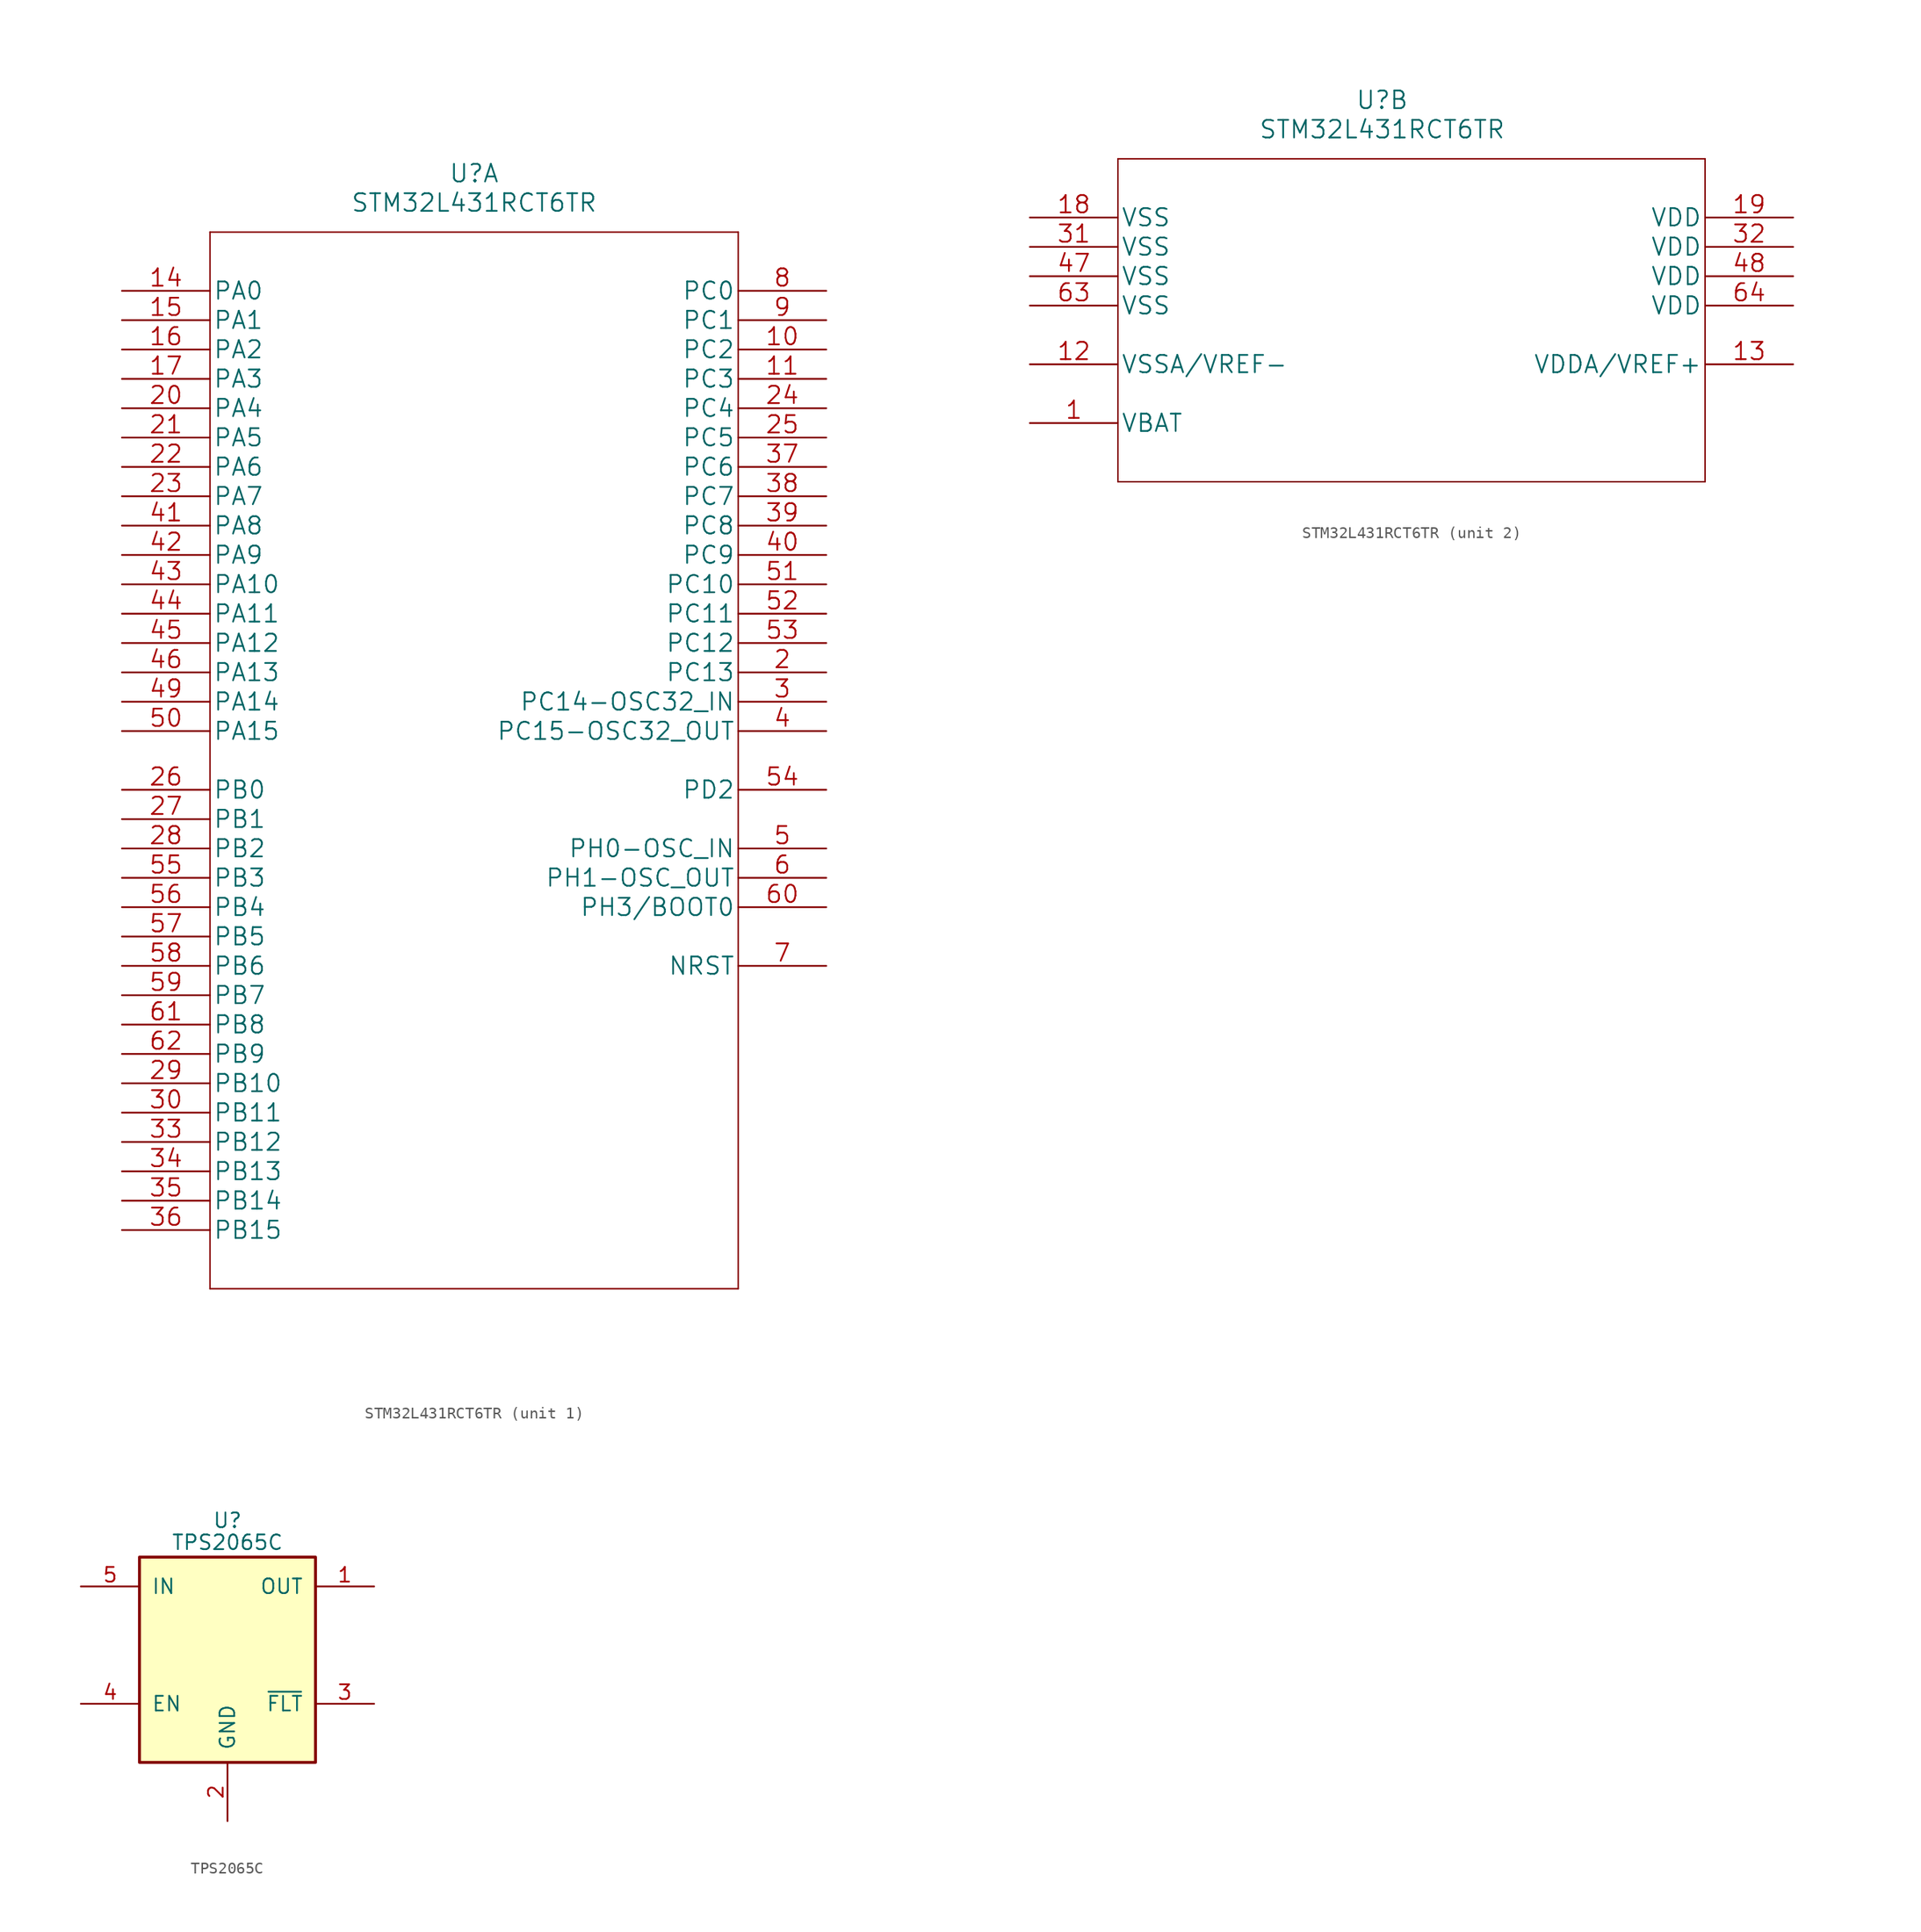
<source format=kicad_sym>
(kicad_symbol_lib
  (version 20220914)
  (generator kicad_symbol_editor)
  (symbol "STM32L431RCT6TR"
    (pin_names
      (offset 0.254))
    (property "Reference" "U"
      (at 30.48 10.16 0)
      (effects (font (size 1.524 1.524))))
    (property "Value" "STM32L431RCT6TR"
      (at 30.48 7.62 0)
      (effects (font (size 1.524 1.524))))
    (property "Datasheet" ""
      (at 0 0 0)
      (effects (font (size 1.524 1.524))))
    (symbol "STM32L431RCT6TR_1_1"
      (polyline (pts (xy 7.62 -86.36) (xy 53.34 -86.36)) (stroke (width 0.127) (type default)) (fill (type none)))
      (polyline (pts (xy 7.62 5.08) (xy 7.62 -86.36)) (stroke (width 0.127) (type default)) (fill (type none)))
      (polyline (pts (xy 53.34 -86.36) (xy 53.34 5.08)) (stroke (width 0.127) (type default)) (fill (type none)))
      (polyline (pts (xy 53.34 5.08) (xy 7.62 5.08)) (stroke (width 0.127) (type default)) (fill (type none)))
      (pin bidirectional line (at 60.96 -5.08 180) (length 7.62) (name "PC2" (effects (font (size 1.499 1.499)))) (number "10" (effects (font (size 1.499 1.499)))))
      (pin bidirectional line (at 60.96 -7.62 180) (length 7.62) (name "PC3" (effects (font (size 1.499 1.499)))) (number "11" (effects (font (size 1.499 1.499)))))
      (pin bidirectional line (at 0 0 0) (length 7.62) (name "PA0" (effects (font (size 1.499 1.499)))) (number "14" (effects (font (size 1.499 1.499)))))
      (pin bidirectional line (at 0 -2.54 0) (length 7.62) (name "PA1" (effects (font (size 1.499 1.499)))) (number "15" (effects (font (size 1.499 1.499)))))
      (pin bidirectional line (at 0 -5.08 0) (length 7.62) (name "PA2" (effects (font (size 1.499 1.499)))) (number "16" (effects (font (size 1.499 1.499)))))
      (pin bidirectional line (at 0 -7.62 0) (length 7.62) (name "PA3" (effects (font (size 1.499 1.499)))) (number "17" (effects (font (size 1.499 1.499)))))
      (pin bidirectional line (at 60.96 -33.02 180) (length 7.62) (name "PC13" (effects (font (size 1.499 1.499)))) (number "2" (effects (font (size 1.499 1.499)))))
      (pin bidirectional line (at 0 -10.16 0) (length 7.62) (name "PA4" (effects (font (size 1.499 1.499)))) (number "20" (effects (font (size 1.499 1.499)))))
      (pin bidirectional line (at 0 -12.7 0) (length 7.62) (name "PA5" (effects (font (size 1.499 1.499)))) (number "21" (effects (font (size 1.499 1.499)))))
      (pin bidirectional line (at 0 -15.24 0) (length 7.62) (name "PA6" (effects (font (size 1.499 1.499)))) (number "22" (effects (font (size 1.499 1.499)))))
      (pin bidirectional line (at 0 -17.78 0) (length 7.62) (name "PA7" (effects (font (size 1.499 1.499)))) (number "23" (effects (font (size 1.499 1.499)))))
      (pin bidirectional line (at 60.96 -10.16 180) (length 7.62) (name "PC4" (effects (font (size 1.499 1.499)))) (number "24" (effects (font (size 1.499 1.499)))))
      (pin bidirectional line (at 60.96 -12.7 180) (length 7.62) (name "PC5" (effects (font (size 1.499 1.499)))) (number "25" (effects (font (size 1.499 1.499)))))
      (pin bidirectional line (at 0 -43.18 0) (length 7.62) (name "PB0" (effects (font (size 1.499 1.499)))) (number "26" (effects (font (size 1.499 1.499)))))
      (pin bidirectional line (at 0 -45.72 0) (length 7.62) (name "PB1" (effects (font (size 1.499 1.499)))) (number "27" (effects (font (size 1.499 1.499)))))
      (pin bidirectional line (at 0 -48.26 0) (length 7.62) (name "PB2" (effects (font (size 1.499 1.499)))) (number "28" (effects (font (size 1.499 1.499)))))
      (pin bidirectional line (at 0 -68.58 0) (length 7.62) (name "PB10" (effects (font (size 1.499 1.499)))) (number "29" (effects (font (size 1.499 1.499)))))
      (pin bidirectional line (at 60.96 -35.56 180) (length 7.62) (name "PC14-OSC32_IN" (effects (font (size 1.499 1.499)))) (number "3" (effects (font (size 1.499 1.499)))))
      (pin bidirectional line (at 0 -71.12 0) (length 7.62) (name "PB11" (effects (font (size 1.499 1.499)))) (number "30" (effects (font (size 1.499 1.499)))))
      (pin bidirectional line (at 0 -73.66 0) (length 7.62) (name "PB12" (effects (font (size 1.499 1.499)))) (number "33" (effects (font (size 1.499 1.499)))))
      (pin bidirectional line (at 0 -76.2 0) (length 7.62) (name "PB13" (effects (font (size 1.499 1.499)))) (number "34" (effects (font (size 1.499 1.499)))))
      (pin bidirectional line (at 0 -78.74 0) (length 7.62) (name "PB14" (effects (font (size 1.499 1.499)))) (number "35" (effects (font (size 1.499 1.499)))))
      (pin bidirectional line (at 0 -81.28 0) (length 7.62) (name "PB15" (effects (font (size 1.499 1.499)))) (number "36" (effects (font (size 1.499 1.499)))))
      (pin bidirectional line (at 60.96 -15.24 180) (length 7.62) (name "PC6" (effects (font (size 1.499 1.499)))) (number "37" (effects (font (size 1.499 1.499)))))
      (pin bidirectional line (at 60.96 -17.78 180) (length 7.62) (name "PC7" (effects (font (size 1.499 1.499)))) (number "38" (effects (font (size 1.499 1.499)))))
      (pin bidirectional line (at 60.96 -20.32 180) (length 7.62) (name "PC8" (effects (font (size 1.499 1.499)))) (number "39" (effects (font (size 1.499 1.499)))))
      (pin bidirectional line (at 60.96 -38.1 180) (length 7.62) (name "PC15-OSC32_OUT" (effects (font (size 1.499 1.499)))) (number "4" (effects (font (size 1.499 1.499)))))
      (pin bidirectional line (at 60.96 -22.86 180) (length 7.62) (name "PC9" (effects (font (size 1.499 1.499)))) (number "40" (effects (font (size 1.499 1.499)))))
      (pin bidirectional line (at 0 -20.32 0) (length 7.62) (name "PA8" (effects (font (size 1.499 1.499)))) (number "41" (effects (font (size 1.499 1.499)))))
      (pin bidirectional line (at 0 -22.86 0) (length 7.62) (name "PA9" (effects (font (size 1.499 1.499)))) (number "42" (effects (font (size 1.499 1.499)))))
      (pin bidirectional line (at 0 -25.4 0) (length 7.62) (name "PA10" (effects (font (size 1.499 1.499)))) (number "43" (effects (font (size 1.499 1.499)))))
      (pin bidirectional line (at 0 -27.94 0) (length 7.62) (name "PA11" (effects (font (size 1.499 1.499)))) (number "44" (effects (font (size 1.499 1.499)))))
      (pin bidirectional line (at 0 -30.48 0) (length 7.62) (name "PA12" (effects (font (size 1.499 1.499)))) (number "45" (effects (font (size 1.499 1.499)))))
      (pin bidirectional line (at 0 -33.02 0) (length 7.62) (name "PA13" (effects (font (size 1.499 1.499)))) (number "46" (effects (font (size 1.499 1.499)))))
      (pin bidirectional line (at 0 -35.56 0) (length 7.62) (name "PA14" (effects (font (size 1.499 1.499)))) (number "49" (effects (font (size 1.499 1.499)))))
      (pin bidirectional line (at 60.96 -48.26 180) (length 7.62) (name "PH0-OSC_IN" (effects (font (size 1.499 1.499)))) (number "5" (effects (font (size 1.499 1.499)))))
      (pin bidirectional line (at 0 -38.1 0) (length 7.62) (name "PA15" (effects (font (size 1.499 1.499)))) (number "50" (effects (font (size 1.499 1.499)))))
      (pin bidirectional line (at 60.96 -25.4 180) (length 7.62) (name "PC10" (effects (font (size 1.499 1.499)))) (number "51" (effects (font (size 1.499 1.499)))))
      (pin bidirectional line (at 60.96 -27.94 180) (length 7.62) (name "PC11" (effects (font (size 1.499 1.499)))) (number "52" (effects (font (size 1.499 1.499)))))
      (pin bidirectional line (at 60.96 -30.48 180) (length 7.62) (name "PC12" (effects (font (size 1.499 1.499)))) (number "53" (effects (font (size 1.499 1.499)))))
      (pin bidirectional line (at 60.96 -43.18 180) (length 7.62) (name "PD2" (effects (font (size 1.499 1.499)))) (number "54" (effects (font (size 1.499 1.499)))))
      (pin bidirectional line (at 0 -50.8 0) (length 7.62) (name "PB3" (effects (font (size 1.499 1.499)))) (number "55" (effects (font (size 1.499 1.499)))))
      (pin bidirectional line (at 0 -53.34 0) (length 7.62) (name "PB4" (effects (font (size 1.499 1.499)))) (number "56" (effects (font (size 1.499 1.499)))))
      (pin bidirectional line (at 0 -55.88 0) (length 7.62) (name "PB5" (effects (font (size 1.499 1.499)))) (number "57" (effects (font (size 1.499 1.499)))))
      (pin bidirectional line (at 0 -58.42 0) (length 7.62) (name "PB6" (effects (font (size 1.499 1.499)))) (number "58" (effects (font (size 1.499 1.499)))))
      (pin bidirectional line (at 0 -60.96 0) (length 7.62) (name "PB7" (effects (font (size 1.499 1.499)))) (number "59" (effects (font (size 1.499 1.499)))))
      (pin bidirectional line (at 60.96 -50.8 180) (length 7.62) (name "PH1-OSC_OUT" (effects (font (size 1.499 1.499)))) (number "6" (effects (font (size 1.499 1.499)))))
      (pin bidirectional line (at 60.96 -53.34 180) (length 7.62) (name "PH3/BOOT0" (effects (font (size 1.499 1.499)))) (number "60" (effects (font (size 1.499 1.499)))))
      (pin bidirectional line (at 0 -63.5 0) (length 7.62) (name "PB8" (effects (font (size 1.499 1.499)))) (number "61" (effects (font (size 1.499 1.499)))))
      (pin bidirectional line (at 0 -66.04 0) (length 7.62) (name "PB9" (effects (font (size 1.499 1.499)))) (number "62" (effects (font (size 1.499 1.499)))))
      (pin bidirectional line (at 60.96 -58.42 180) (length 7.62) (name "NRST" (effects (font (size 1.499 1.499)))) (number "7" (effects (font (size 1.499 1.499)))))
      (pin bidirectional line (at 60.96 0 180) (length 7.62) (name "PC0" (effects (font (size 1.499 1.499)))) (number "8" (effects (font (size 1.499 1.499)))))
      (pin bidirectional line (at 60.96 -2.54 180) (length 7.62) (name "PC1" (effects (font (size 1.499 1.499)))) (number "9" (effects (font (size 1.499 1.499))))))
    (symbol "STM32L431RCT6TR_2_1"
      (polyline (pts (xy 7.62 -22.86) (xy 58.42 -22.86)) (stroke (width 0.127) (type default)) (fill (type none)))
      (polyline (pts (xy 7.62 5.08) (xy 7.62 -22.86)) (stroke (width 0.127) (type default)) (fill (type none)))
      (polyline (pts (xy 58.42 -22.86) (xy 58.42 5.08)) (stroke (width 0.127) (type default)) (fill (type none)))
      (polyline (pts (xy 58.42 5.08) (xy 7.62 5.08)) (stroke (width 0.127) (type default)) (fill (type none)))
      (pin power_in line (at 0 -17.78 0) (length 7.62) (name "VBAT" (effects (font (size 1.499 1.499)))) (number "1" (effects (font (size 1.499 1.499)))))
      (pin power_in line (at 0 -12.7 0) (length 7.62) (name "VSSA/VREF-" (effects (font (size 1.499 1.499)))) (number "12" (effects (font (size 1.499 1.499)))))
      (pin power_in line (at 66.04 -12.7 180) (length 7.62) (name "VDDA/VREF+" (effects (font (size 1.499 1.499)))) (number "13" (effects (font (size 1.499 1.499)))))
      (pin power_in line (at 0 0 0) (length 7.62) (name "VSS" (effects (font (size 1.499 1.499)))) (number "18" (effects (font (size 1.499 1.499)))))
      (pin power_in line (at 66.04 0 180) (length 7.62) (name "VDD" (effects (font (size 1.499 1.499)))) (number "19" (effects (font (size 1.499 1.499)))))
      (pin power_in line (at 0 -2.54 0) (length 7.62) (name "VSS" (effects (font (size 1.499 1.499)))) (number "31" (effects (font (size 1.499 1.499)))))
      (pin power_in line (at 66.04 -2.54 180) (length 7.62) (name "VDD" (effects (font (size 1.499 1.499)))) (number "32" (effects (font (size 1.499 1.499)))))
      (pin power_in line (at 0 -5.08 0) (length 7.62) (name "VSS" (effects (font (size 1.499 1.499)))) (number "47" (effects (font (size 1.499 1.499)))))
      (pin power_in line (at 66.04 -5.08 180) (length 7.62) (name "VDD" (effects (font (size 1.499 1.499)))) (number "48" (effects (font (size 1.499 1.499)))))
      (pin power_in line (at 0 -7.62 0) (length 7.62) (name "VSS" (effects (font (size 1.499 1.499)))) (number "63" (effects (font (size 1.499 1.499)))))
      (pin power_in line (at 66.04 -7.62 180) (length 7.62) (name "VDD" (effects (font (size 1.499 1.499)))) (number "64" (effects (font (size 1.499 1.499)))))))
  (symbol "TPS2065C"
    (pin_names
      (offset 1.016))
    (property "Reference" "U"
      (at 0 10.795 0)
      (effects (font (size 1.27 1.27))))
    (property "Value" "TPS2065C"
      (at 0 8.89 0)
      (effects (font (size 1.27 1.27))))
    (symbol "TPS2065C_0_1"
      (rectangle (start -7.62 7.62) (end 7.62 -10.16) (stroke (width 0.254) (type default)) (fill (type background))))
    (symbol "TPS2065C_1_1"
      (pin passive line (at 12.7 5.08 180) (length 5.08) (name "OUT" (effects (font (size 1.27 1.27)))) (number "1" (effects (font (size 1.27 1.27)))))
      (pin power_in line (at 0 -15.24 90) (length 5.08) (name "GND" (effects (font (size 1.27 1.27)))) (number "2" (effects (font (size 1.27 1.27)))))
      (pin open_collector line (at 12.7 -5.08 180) (length 5.08) (name "~{FLT}" (effects (font (size 1.27 1.27)))) (number "3" (effects (font (size 1.27 1.27)))))
      (pin input line (at -12.7 -5.08 0) (length 5.08) (name "EN" (effects (font (size 1.27 1.27)))) (number "4" (effects (font (size 1.27 1.27)))))
      (pin power_in line (at -12.7 5.08 0) (length 5.08) (name "IN" (effects (font (size 1.27 1.27)))) (number "5" (effects (font (size 1.27 1.27))))))))
</source>
